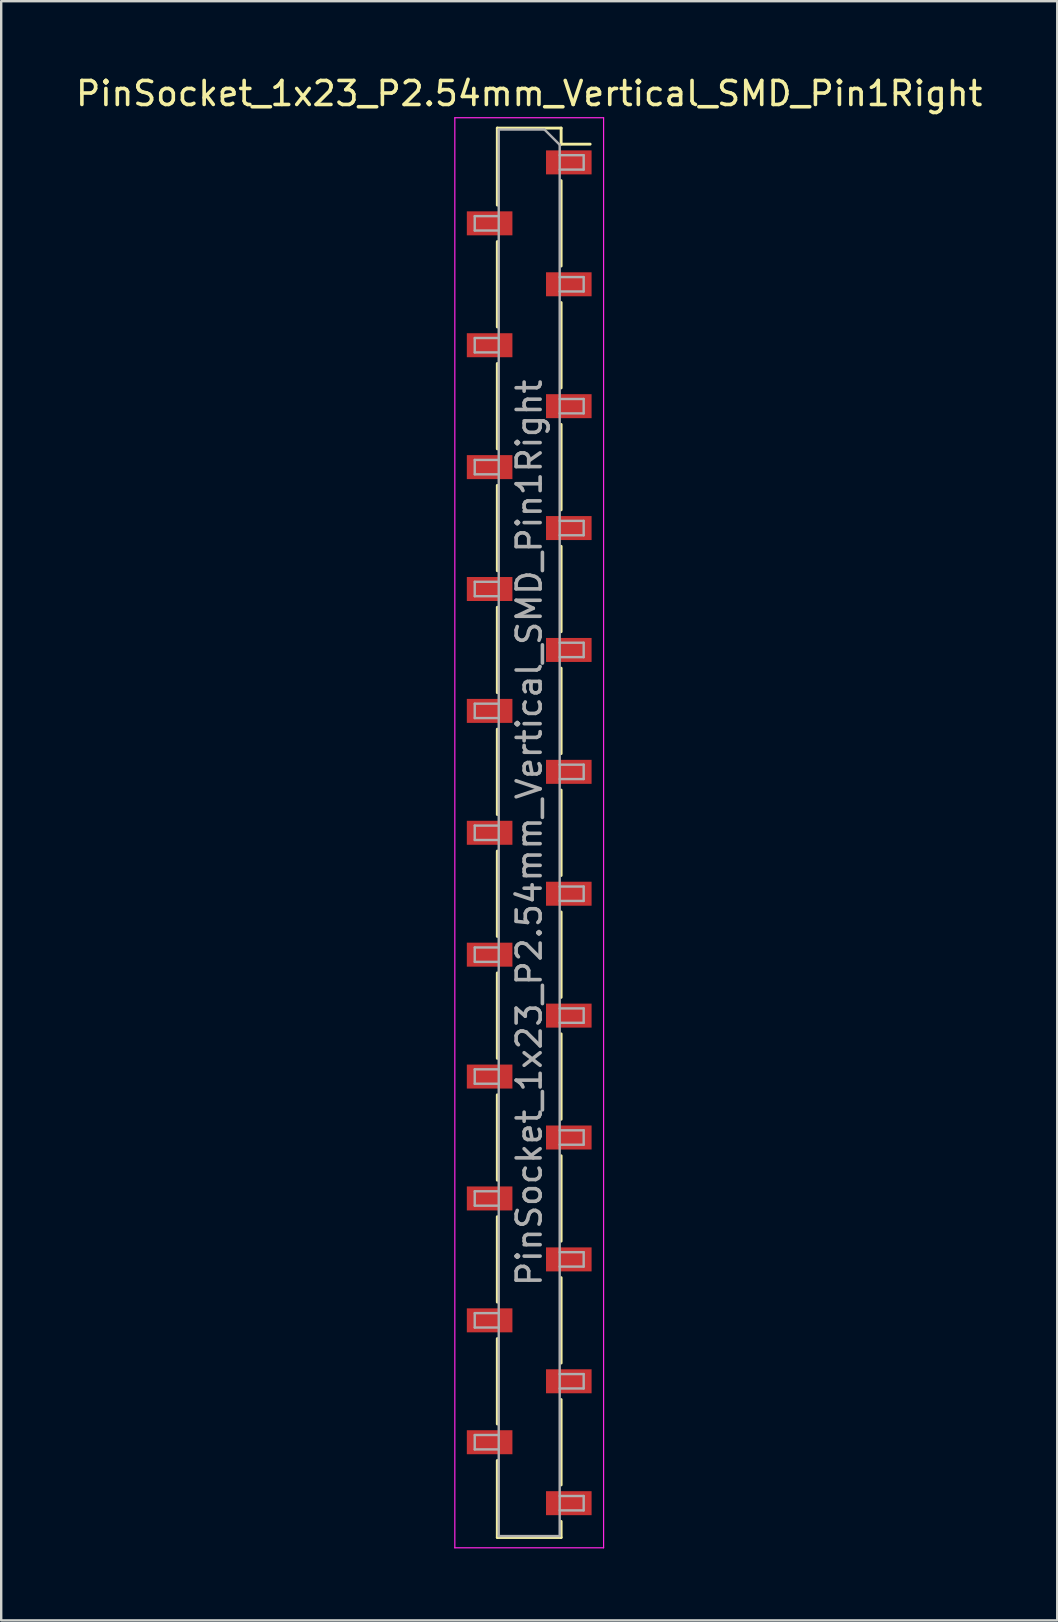
<source format=kicad_pcb>
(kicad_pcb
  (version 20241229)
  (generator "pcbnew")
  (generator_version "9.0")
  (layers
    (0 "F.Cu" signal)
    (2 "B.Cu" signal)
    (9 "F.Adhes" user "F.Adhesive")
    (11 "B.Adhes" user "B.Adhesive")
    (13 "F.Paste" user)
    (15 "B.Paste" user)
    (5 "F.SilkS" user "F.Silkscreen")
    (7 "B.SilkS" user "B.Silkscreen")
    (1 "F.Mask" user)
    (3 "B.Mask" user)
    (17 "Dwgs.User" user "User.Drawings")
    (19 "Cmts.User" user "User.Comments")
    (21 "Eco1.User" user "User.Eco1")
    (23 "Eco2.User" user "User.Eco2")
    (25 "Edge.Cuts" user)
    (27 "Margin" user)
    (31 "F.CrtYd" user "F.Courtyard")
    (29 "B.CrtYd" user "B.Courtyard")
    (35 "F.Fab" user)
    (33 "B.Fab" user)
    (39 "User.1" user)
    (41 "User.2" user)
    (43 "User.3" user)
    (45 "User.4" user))
  (footprint "PinSocket_1x23_P2.54mm_Vertical_SMD_Pin1Right"
    (layer "F.Cu")
    (at 19.006 31.658)
    (property "Reference" "PinSocket_1x23_P2.54mm_Vertical_SMD_Pin1Right" (at 0 -30.81 0) (layer "F.SilkS") (effects (font (size 1 1) (thickness 0.15))))
    (attr smd)
    (fp_line (start -1.33 -29.37) (end -1.33 -26.16) (stroke (width 0.12) (type solid)) (layer "F.SilkS"))
    (fp_line (start -1.33 -29.37) (end 1.33 -29.37) (stroke (width 0.12) (type solid)) (layer "F.SilkS"))
    (fp_line (start -1.33 -24.64) (end -1.33 -21.08) (stroke (width 0.12) (type solid)) (layer "F.SilkS"))
    (fp_line (start -1.33 -19.56) (end -1.33 -16) (stroke (width 0.12) (type solid)) (layer "F.SilkS"))
    (fp_line (start -1.33 -14.48) (end -1.33 -10.92) (stroke (width 0.12) (type solid)) (layer "F.SilkS"))
    (fp_line (start -1.33 -9.4) (end -1.33 -5.84) (stroke (width 0.12) (type solid)) (layer "F.SilkS"))
    (fp_line (start -1.33 -4.32) (end -1.33 -0.76) (stroke (width 0.12) (type solid)) (layer "F.SilkS"))
    (fp_line (start -1.33 0.76) (end -1.33 4.32) (stroke (width 0.12) (type solid)) (layer "F.SilkS"))
    (fp_line (start -1.33 5.84) (end -1.33 9.4) (stroke (width 0.12) (type solid)) (layer "F.SilkS"))
    (fp_line (start -1.33 10.92) (end -1.33 14.48) (stroke (width 0.12) (type solid)) (layer "F.SilkS"))
    (fp_line (start -1.33 16) (end -1.33 19.56) (stroke (width 0.12) (type solid)) (layer "F.SilkS"))
    (fp_line (start -1.33 21.08) (end -1.33 24.64) (stroke (width 0.12) (type solid)) (layer "F.SilkS"))
    (fp_line (start -1.33 26.16) (end -1.33 29.37) (stroke (width 0.12) (type solid)) (layer "F.SilkS"))
    (fp_line (start -1.33 29.37) (end 1.33 29.37) (stroke (width 0.12) (type solid)) (layer "F.SilkS"))
    (fp_line (start 1.33 -29.37) (end 1.33 -28.7) (stroke (width 0.12) (type solid)) (layer "F.SilkS"))
    (fp_line (start 1.33 -28.7) (end 2.54 -28.7) (stroke (width 0.12) (type solid)) (layer "F.SilkS"))
    (fp_line (start 1.33 -27.18) (end 1.33 -23.62) (stroke (width 0.12) (type solid)) (layer "F.SilkS"))
    (fp_line (start 1.33 -22.1) (end 1.33 -18.54) (stroke (width 0.12) (type solid)) (layer "F.SilkS"))
    (fp_line (start 1.33 -17.02) (end 1.33 -13.46) (stroke (width 0.12) (type solid)) (layer "F.SilkS"))
    (fp_line (start 1.33 -11.94) (end 1.33 -8.38) (stroke (width 0.12) (type solid)) (layer "F.SilkS"))
    (fp_line (start 1.33 -6.86) (end 1.33 -3.3) (stroke (width 0.12) (type solid)) (layer "F.SilkS"))
    (fp_line (start 1.33 -1.78) (end 1.33 1.78) (stroke (width 0.12) (type solid)) (layer "F.SilkS"))
    (fp_line (start 1.33 3.3) (end 1.33 6.86) (stroke (width 0.12) (type solid)) (layer "F.SilkS"))
    (fp_line (start 1.33 8.38) (end 1.33 11.94) (stroke (width 0.12) (type solid)) (layer "F.SilkS"))
    (fp_line (start 1.33 13.46) (end 1.33 17.02) (stroke (width 0.12) (type solid)) (layer "F.SilkS"))
    (fp_line (start 1.33 18.54) (end 1.33 22.1) (stroke (width 0.12) (type solid)) (layer "F.SilkS"))
    (fp_line (start 1.33 23.62) (end 1.33 27.18) (stroke (width 0.12) (type solid)) (layer "F.SilkS"))
    (fp_line (start 1.33 28.7) (end 1.33 29.37) (stroke (width 0.12) (type solid)) (layer "F.SilkS"))
    (fp_line (start -3.1 -29.8) (end 3.1 -29.8) (stroke (width 0.05) (type solid)) (layer "F.CrtYd"))
    (fp_line (start -3.1 29.8) (end -3.1 -29.8) (stroke (width 0.05) (type solid)) (layer "F.CrtYd"))
    (fp_line (start 3.1 -29.8) (end 3.1 29.8) (stroke (width 0.05) (type solid)) (layer "F.CrtYd"))
    (fp_line (start 3.1 29.8) (end -3.1 29.8) (stroke (width 0.05) (type solid)) (layer "F.CrtYd"))
    (fp_line (start -2.27 -25.7) (end -1.27 -25.7) (stroke (width 0.1) (type solid)) (layer "F.Fab"))
    (fp_line (start -2.27 -25.1) (end -2.27 -25.7) (stroke (width 0.1) (type solid)) (layer "F.Fab"))
    (fp_line (start -2.27 -20.62) (end -1.27 -20.62) (stroke (width 0.1) (type solid)) (layer "F.Fab"))
    (fp_line (start -2.27 -20.02) (end -2.27 -20.62) (stroke (width 0.1) (type solid)) (layer "F.Fab"))
    (fp_line (start -2.27 -15.54) (end -1.27 -15.54) (stroke (width 0.1) (type solid)) (layer "F.Fab"))
    (fp_line (start -2.27 -14.94) (end -2.27 -15.54) (stroke (width 0.1) (type solid)) (layer "F.Fab"))
    (fp_line (start -2.27 -10.46) (end -1.27 -10.46) (stroke (width 0.1) (type solid)) (layer "F.Fab"))
    (fp_line (start -2.27 -9.86) (end -2.27 -10.46) (stroke (width 0.1) (type solid)) (layer "F.Fab"))
    (fp_line (start -2.27 -5.38) (end -1.27 -5.38) (stroke (width 0.1) (type solid)) (layer "F.Fab"))
    (fp_line (start -2.27 -4.78) (end -2.27 -5.38) (stroke (width 0.1) (type solid)) (layer "F.Fab"))
    (fp_line (start -2.27 -0.3) (end -1.27 -0.3) (stroke (width 0.1) (type solid)) (layer "F.Fab"))
    (fp_line (start -2.27 0.3) (end -2.27 -0.3) (stroke (width 0.1) (type solid)) (layer "F.Fab"))
    (fp_line (start -2.27 4.78) (end -1.27 4.78) (stroke (width 0.1) (type solid)) (layer "F.Fab"))
    (fp_line (start -2.27 5.38) (end -2.27 4.78) (stroke (width 0.1) (type solid)) (layer "F.Fab"))
    (fp_line (start -2.27 9.86) (end -1.27 9.86) (stroke (width 0.1) (type solid)) (layer "F.Fab"))
    (fp_line (start -2.27 10.46) (end -2.27 9.86) (stroke (width 0.1) (type solid)) (layer "F.Fab"))
    (fp_line (start -2.27 14.94) (end -1.27 14.94) (stroke (width 0.1) (type solid)) (layer "F.Fab"))
    (fp_line (start -2.27 15.54) (end -2.27 14.94) (stroke (width 0.1) (type solid)) (layer "F.Fab"))
    (fp_line (start -2.27 20.02) (end -1.27 20.02) (stroke (width 0.1) (type solid)) (layer "F.Fab"))
    (fp_line (start -2.27 20.62) (end -2.27 20.02) (stroke (width 0.1) (type solid)) (layer "F.Fab"))
    (fp_line (start -2.27 25.1) (end -1.27 25.1) (stroke (width 0.1) (type solid)) (layer "F.Fab"))
    (fp_line (start -2.27 25.7) (end -2.27 25.1) (stroke (width 0.1) (type solid)) (layer "F.Fab"))
    (fp_line (start -1.27 -29.31) (end 0.635 -29.31) (stroke (width 0.1) (type solid)) (layer "F.Fab"))
    (fp_line (start -1.27 -25.1) (end -2.27 -25.1) (stroke (width 0.1) (type solid)) (layer "F.Fab"))
    (fp_line (start -1.27 -20.02) (end -2.27 -20.02) (stroke (width 0.1) (type solid)) (layer "F.Fab"))
    (fp_line (start -1.27 -14.94) (end -2.27 -14.94) (stroke (width 0.1) (type solid)) (layer "F.Fab"))
    (fp_line (start -1.27 -9.86) (end -2.27 -9.86) (stroke (width 0.1) (type solid)) (layer "F.Fab"))
    (fp_line (start -1.27 -4.78) (end -2.27 -4.78) (stroke (width 0.1) (type solid)) (layer "F.Fab"))
    (fp_line (start -1.27 0.3) (end -2.27 0.3) (stroke (width 0.1) (type solid)) (layer "F.Fab"))
    (fp_line (start -1.27 5.38) (end -2.27 5.38) (stroke (width 0.1) (type solid)) (layer "F.Fab"))
    (fp_line (start -1.27 10.46) (end -2.27 10.46) (stroke (width 0.1) (type solid)) (layer "F.Fab"))
    (fp_line (start -1.27 15.54) (end -2.27 15.54) (stroke (width 0.1) (type solid)) (layer "F.Fab"))
    (fp_line (start -1.27 20.62) (end -2.27 20.62) (stroke (width 0.1) (type solid)) (layer "F.Fab"))
    (fp_line (start -1.27 25.7) (end -2.27 25.7) (stroke (width 0.1) (type solid)) (layer "F.Fab"))
    (fp_line (start -1.27 29.31) (end -1.27 -29.31) (stroke (width 0.1) (type solid)) (layer "F.Fab"))
    (fp_line (start 0.635 -29.31) (end 1.27 -28.675) (stroke (width 0.1) (type solid)) (layer "F.Fab"))
    (fp_line (start 1.27 -28.675) (end 1.27 29.31) (stroke (width 0.1) (type solid)) (layer "F.Fab"))
    (fp_line (start 1.27 -28.24) (end 2.27 -28.24) (stroke (width 0.1) (type solid)) (layer "F.Fab"))
    (fp_line (start 1.27 -23.16) (end 2.27 -23.16) (stroke (width 0.1) (type solid)) (layer "F.Fab"))
    (fp_line (start 1.27 -18.08) (end 2.27 -18.08) (stroke (width 0.1) (type solid)) (layer "F.Fab"))
    (fp_line (start 1.27 -13) (end 2.27 -13) (stroke (width 0.1) (type solid)) (layer "F.Fab"))
    (fp_line (start 1.27 -7.92) (end 2.27 -7.92) (stroke (width 0.1) (type solid)) (layer "F.Fab"))
    (fp_line (start 1.27 -2.84) (end 2.27 -2.84) (stroke (width 0.1) (type solid)) (layer "F.Fab"))
    (fp_line (start 1.27 2.24) (end 2.27 2.24) (stroke (width 0.1) (type solid)) (layer "F.Fab"))
    (fp_line (start 1.27 7.32) (end 2.27 7.32) (stroke (width 0.1) (type solid)) (layer "F.Fab"))
    (fp_line (start 1.27 12.4) (end 2.27 12.4) (stroke (width 0.1) (type solid)) (layer "F.Fab"))
    (fp_line (start 1.27 17.48) (end 2.27 17.48) (stroke (width 0.1) (type solid)) (layer "F.Fab"))
    (fp_line (start 1.27 22.56) (end 2.27 22.56) (stroke (width 0.1) (type solid)) (layer "F.Fab"))
    (fp_line (start 1.27 27.64) (end 2.27 27.64) (stroke (width 0.1) (type solid)) (layer "F.Fab"))
    (fp_line (start 1.27 29.31) (end -1.27 29.31) (stroke (width 0.1) (type solid)) (layer "F.Fab"))
    (fp_line (start 2.27 -28.24) (end 2.27 -27.64) (stroke (width 0.1) (type solid)) (layer "F.Fab"))
    (fp_line (start 2.27 -27.64) (end 1.27 -27.64) (stroke (width 0.1) (type solid)) (layer "F.Fab"))
    (fp_line (start 2.27 -23.16) (end 2.27 -22.56) (stroke (width 0.1) (type solid)) (layer "F.Fab"))
    (fp_line (start 2.27 -22.56) (end 1.27 -22.56) (stroke (width 0.1) (type solid)) (layer "F.Fab"))
    (fp_line (start 2.27 -18.08) (end 2.27 -17.48) (stroke (width 0.1) (type solid)) (layer "F.Fab"))
    (fp_line (start 2.27 -17.48) (end 1.27 -17.48) (stroke (width 0.1) (type solid)) (layer "F.Fab"))
    (fp_line (start 2.27 -13) (end 2.27 -12.4) (stroke (width 0.1) (type solid)) (layer "F.Fab"))
    (fp_line (start 2.27 -12.4) (end 1.27 -12.4) (stroke (width 0.1) (type solid)) (layer "F.Fab"))
    (fp_line (start 2.27 -7.92) (end 2.27 -7.32) (stroke (width 0.1) (type solid)) (layer "F.Fab"))
    (fp_line (start 2.27 -7.32) (end 1.27 -7.32) (stroke (width 0.1) (type solid)) (layer "F.Fab"))
    (fp_line (start 2.27 -2.84) (end 2.27 -2.24) (stroke (width 0.1) (type solid)) (layer "F.Fab"))
    (fp_line (start 2.27 -2.24) (end 1.27 -2.24) (stroke (width 0.1) (type solid)) (layer "F.Fab"))
    (fp_line (start 2.27 2.24) (end 2.27 2.84) (stroke (width 0.1) (type solid)) (layer "F.Fab"))
    (fp_line (start 2.27 2.84) (end 1.27 2.84) (stroke (width 0.1) (type solid)) (layer "F.Fab"))
    (fp_line (start 2.27 7.32) (end 2.27 7.92) (stroke (width 0.1) (type solid)) (layer "F.Fab"))
    (fp_line (start 2.27 7.92) (end 1.27 7.92) (stroke (width 0.1) (type solid)) (layer "F.Fab"))
    (fp_line (start 2.27 12.4) (end 2.27 13) (stroke (width 0.1) (type solid)) (layer "F.Fab"))
    (fp_line (start 2.27 13) (end 1.27 13) (stroke (width 0.1) (type solid)) (layer "F.Fab"))
    (fp_line (start 2.27 17.48) (end 2.27 18.08) (stroke (width 0.1) (type solid)) (layer "F.Fab"))
    (fp_line (start 2.27 18.08) (end 1.27 18.08) (stroke (width 0.1) (type solid)) (layer "F.Fab"))
    (fp_line (start 2.27 22.56) (end 2.27 23.16) (stroke (width 0.1) (type solid)) (layer "F.Fab"))
    (fp_line (start 2.27 23.16) (end 1.27 23.16) (stroke (width 0.1) (type solid)) (layer "F.Fab"))
    (fp_line (start 2.27 27.64) (end 2.27 28.24) (stroke (width 0.1) (type solid)) (layer "F.Fab"))
    (fp_line (start 2.27 28.24) (end 1.27 28.24) (stroke (width 0.1) (type solid)) (layer "F.Fab"))
    (fp_text user "${REFERENCE}" (at 0 0 90) (layer "F.Fab") (effects (font (size 1 1) (thickness 0.15))))
    (pad "1" smd rect (at 1.65 -27.94) (size 1.9 1) (layers "F.Cu" "F.Mask" "F.Paste"))
    (pad "2" smd rect (at -1.65 -25.4) (size 1.9 1) (layers "F.Cu" "F.Mask" "F.Paste"))
    (pad "3" smd rect (at 1.65 -22.86) (size 1.9 1) (layers "F.Cu" "F.Mask" "F.Paste"))
    (pad "4" smd rect (at -1.65 -20.32) (size 1.9 1) (layers "F.Cu" "F.Mask" "F.Paste"))
    (pad "5" smd rect (at 1.65 -17.78) (size 1.9 1) (layers "F.Cu" "F.Mask" "F.Paste"))
    (pad "6" smd rect (at -1.65 -15.24) (size 1.9 1) (layers "F.Cu" "F.Mask" "F.Paste"))
    (pad "7" smd rect (at 1.65 -12.7) (size 1.9 1) (layers "F.Cu" "F.Mask" "F.Paste"))
    (pad "8" smd rect (at -1.65 -10.16) (size 1.9 1) (layers "F.Cu" "F.Mask" "F.Paste"))
    (pad "9" smd rect (at 1.65 -7.62) (size 1.9 1) (layers "F.Cu" "F.Mask" "F.Paste"))
    (pad "10" smd rect (at -1.65 -5.08) (size 1.9 1) (layers "F.Cu" "F.Mask" "F.Paste"))
    (pad "11" smd rect (at 1.65 -2.54) (size 1.9 1) (layers "F.Cu" "F.Mask" "F.Paste"))
    (pad "12" smd rect (at -1.65 0) (size 1.9 1) (layers "F.Cu" "F.Mask" "F.Paste"))
    (pad "13" smd rect (at 1.65 2.54) (size 1.9 1) (layers "F.Cu" "F.Mask" "F.Paste"))
    (pad "14" smd rect (at -1.65 5.08) (size 1.9 1) (layers "F.Cu" "F.Mask" "F.Paste"))
    (pad "15" smd rect (at 1.65 7.62) (size 1.9 1) (layers "F.Cu" "F.Mask" "F.Paste"))
    (pad "16" smd rect (at -1.65 10.16) (size 1.9 1) (layers "F.Cu" "F.Mask" "F.Paste"))
    (pad "17" smd rect (at 1.65 12.7) (size 1.9 1) (layers "F.Cu" "F.Mask" "F.Paste"))
    (pad "18" smd rect (at -1.65 15.24) (size 1.9 1) (layers "F.Cu" "F.Mask" "F.Paste"))
    (pad "19" smd rect (at 1.65 17.78) (size 1.9 1) (layers "F.Cu" "F.Mask" "F.Paste"))
    (pad "20" smd rect (at -1.65 20.32) (size 1.9 1) (layers "F.Cu" "F.Mask" "F.Paste"))
    (pad "21" smd rect (at 1.65 22.86) (size 1.9 1) (layers "F.Cu" "F.Mask" "F.Paste"))
    (pad "22" smd rect (at -1.65 25.4) (size 1.9 1) (layers "F.Cu" "F.Mask" "F.Paste"))
    (pad "23" smd rect (at 1.65 27.94) (size 1.9 1) (layers "F.Cu" "F.Mask" "F.Paste")))
  (gr_rect
    (start -3 -3)
    (end 41.012 64.483)
    (stroke (width 0.1) (type default))
    (fill no)
    (layer "Edge.Cuts")))
</source>
